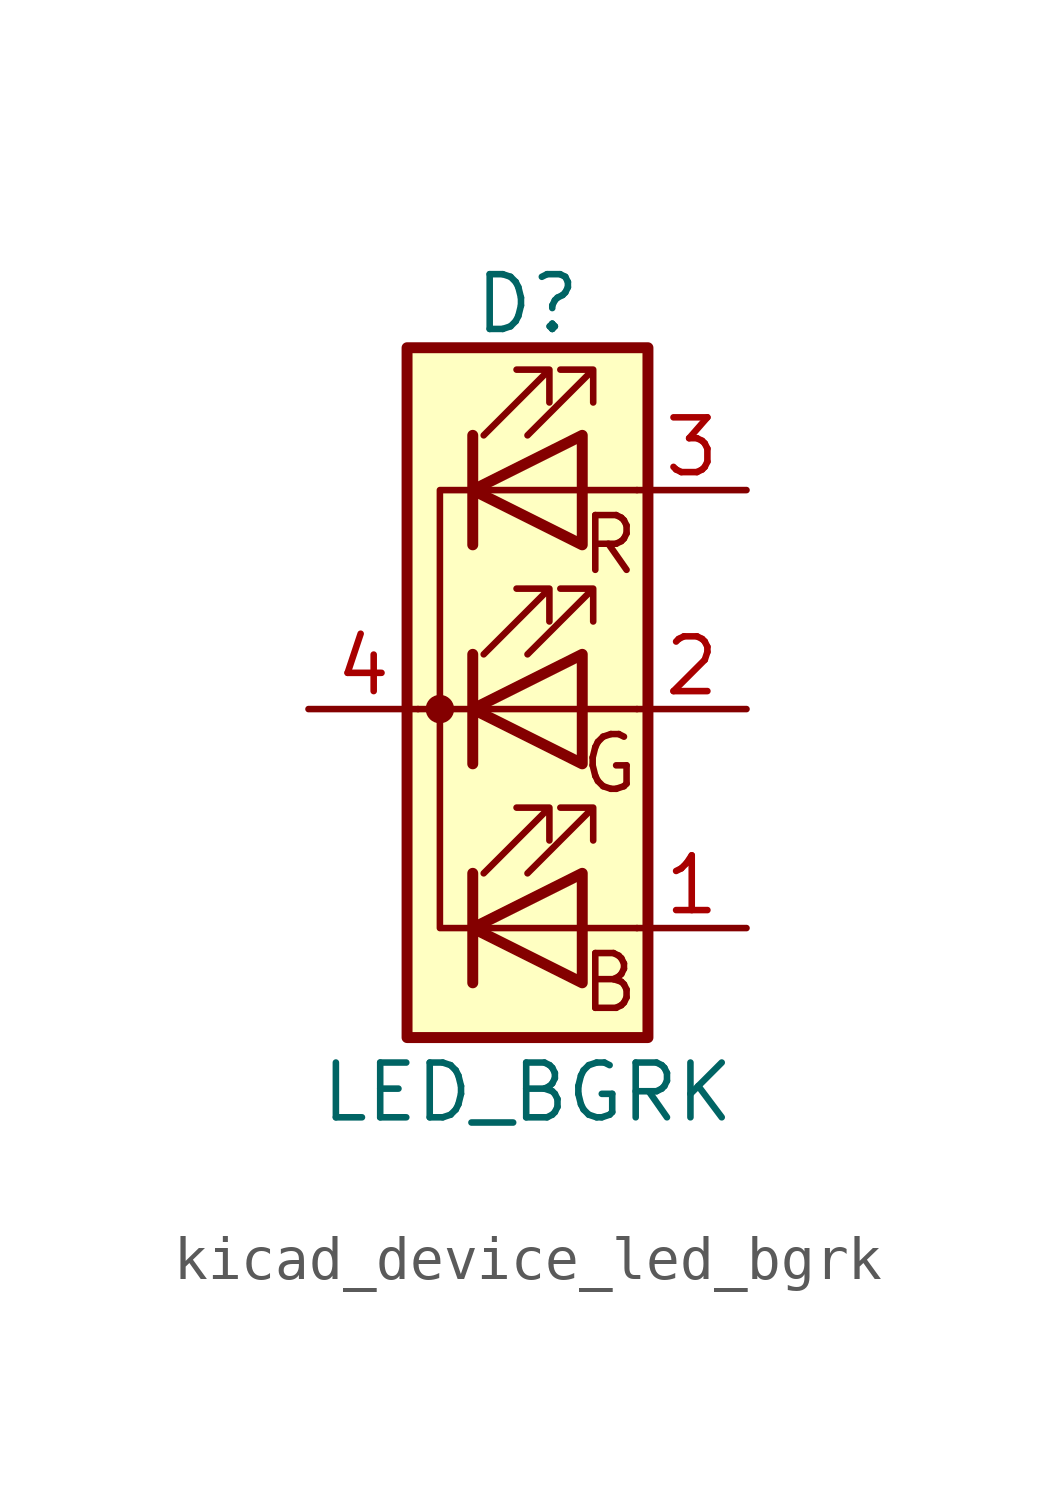
<source format=kicad_sym>
(kicad_symbol_lib
  (version 20220914)
  (generator kicad_symbol_editor)
  (symbol "kicad_device_led_bgrk"
    (pin_names
      (offset 0) hide)
    (property "Reference" "D"
      (at 0 9.398 0)
      (effects (font (size 1.27 1.27))))
    (property "Value" "LED_BGRK"
      (at 0 -8.89 0)
      (effects (font (size 1.27 1.27))))
    (symbol "kicad_device_led_bgrk_0_0"
      (text "B" (at 1.905 -6.35 0) (effects (font (size 1.27 1.27))))
      (text "G" (at 1.905 -1.27 0) (effects (font (size 1.27 1.27))))
      (text "R" (at 1.905 3.81 0) (effects (font (size 1.27 1.27)))))
    (symbol "kicad_device_led_bgrk_0_1"
      (circle (center -2.032 0) (radius 0.254) (stroke (width 0) (type default)) (fill (type outline)))
      (polyline (pts (xy -1.27 -5.08) (xy 1.27 -5.08)) (stroke (width 0) (type default)) (fill (type none)))
      (polyline (pts (xy -1.27 -3.81) (xy -1.27 -6.35)) (stroke (width 0.254) (type default)) (fill (type none)))
      (polyline (pts (xy -1.27 0) (xy -2.54 0)) (stroke (width 0) (type default)) (fill (type none)))
      (polyline (pts (xy -1.27 1.27) (xy -1.27 -1.27)) (stroke (width 0.254) (type default)) (fill (type none)))
      (polyline (pts (xy -1.27 5.08) (xy 1.27 5.08)) (stroke (width 0) (type default)) (fill (type none)))
      (polyline (pts (xy -1.27 6.35) (xy -1.27 3.81)) (stroke (width 0.254) (type default)) (fill (type none)))
      (polyline (pts (xy 1.27 -5.08) (xy 2.54 -5.08)) (stroke (width 0) (type default)) (fill (type none)))
      (polyline (pts (xy 1.27 0) (xy -1.27 0)) (stroke (width 0) (type default)) (fill (type none)))
      (polyline (pts (xy 1.27 0) (xy 2.54 0)) (stroke (width 0) (type default)) (fill (type none)))
      (polyline (pts (xy 1.27 5.08) (xy 2.54 5.08)) (stroke (width 0) (type default)) (fill (type none)))
      (polyline (pts (xy -1.27 1.27) (xy -1.27 -1.27) (xy -1.27 -1.27)) (stroke (width 0) (type default)) (fill (type none)))
      (polyline (pts (xy -1.27 6.35) (xy -1.27 3.81) (xy -1.27 3.81)) (stroke (width 0) (type default)) (fill (type none)))
      (polyline (pts (xy -1.27 5.08) (xy -2.032 5.08) (xy -2.032 -5.08) (xy -1.016 -5.08)) (stroke (width 0) (type default)) (fill (type none)))
      (polyline (pts (xy 1.27 -3.81) (xy 1.27 -6.35) (xy -1.27 -5.08) (xy 1.27 -3.81)) (stroke (width 0.254) (type default)) (fill (type none)))
      (polyline (pts (xy 1.27 1.27) (xy 1.27 -1.27) (xy -1.27 0) (xy 1.27 1.27)) (stroke (width 0.254) (type default)) (fill (type none)))
      (polyline (pts (xy 1.27 6.35) (xy 1.27 3.81) (xy -1.27 5.08) (xy 1.27 6.35)) (stroke (width 0.254) (type default)) (fill (type none)))
      (polyline (pts (xy -1.016 -3.81) (xy 0.508 -2.286) (xy -0.254 -2.286) (xy 0.508 -2.286) (xy 0.508 -3.048)) (stroke (width 0) (type default)) (fill (type none)))
      (polyline (pts (xy -1.016 1.27) (xy 0.508 2.794) (xy -0.254 2.794) (xy 0.508 2.794) (xy 0.508 2.032)) (stroke (width 0) (type default)) (fill (type none)))
      (polyline (pts (xy -1.016 6.35) (xy 0.508 7.874) (xy -0.254 7.874) (xy 0.508 7.874) (xy 0.508 7.112)) (stroke (width 0) (type default)) (fill (type none)))
      (polyline (pts (xy 0 -3.81) (xy 1.524 -2.286) (xy 0.762 -2.286) (xy 1.524 -2.286) (xy 1.524 -3.048)) (stroke (width 0) (type default)) (fill (type none)))
      (polyline (pts (xy 0 1.27) (xy 1.524 2.794) (xy 0.762 2.794) (xy 1.524 2.794) (xy 1.524 2.032)) (stroke (width 0) (type default)) (fill (type none)))
      (polyline (pts (xy 0 6.35) (xy 1.524 7.874) (xy 0.762 7.874) (xy 1.524 7.874) (xy 1.524 7.112)) (stroke (width 0) (type default)) (fill (type none)))
      (rectangle (start 1.27 -1.27) (end 1.27 1.27) (stroke (width 0) (type default)) (fill (type none)))
      (rectangle (start 1.27 1.27) (end 1.27 1.27) (stroke (width 0) (type default)) (fill (type none)))
      (rectangle (start 1.27 3.81) (end 1.27 6.35) (stroke (width 0) (type default)) (fill (type none)))
      (rectangle (start 1.27 6.35) (end 1.27 6.35) (stroke (width 0) (type default)) (fill (type none)))
      (rectangle (start 2.794 8.382) (end -2.794 -7.62) (stroke (width 0.254) (type default)) (fill (type background))))
    (symbol "kicad_device_led_bgrk_1_1"
      (pin passive line (at 5.08 -5.08 180) (length 2.54) (name "BA" (effects (font (size 1.27 1.27)))) (number "1" (effects (font (size 1.27 1.27)))))
      (pin passive line (at 5.08 0 180) (length 2.54) (name "GA" (effects (font (size 1.27 1.27)))) (number "2" (effects (font (size 1.27 1.27)))))
      (pin passive line (at 5.08 5.08 180) (length 2.54) (name "RA" (effects (font (size 1.27 1.27)))) (number "3" (effects (font (size 1.27 1.27)))))
      (pin passive line (at -5.08 0 0) (length 2.54) (name "K" (effects (font (size 1.27 1.27)))) (number "4" (effects (font (size 1.27 1.27))))))))
</source>
